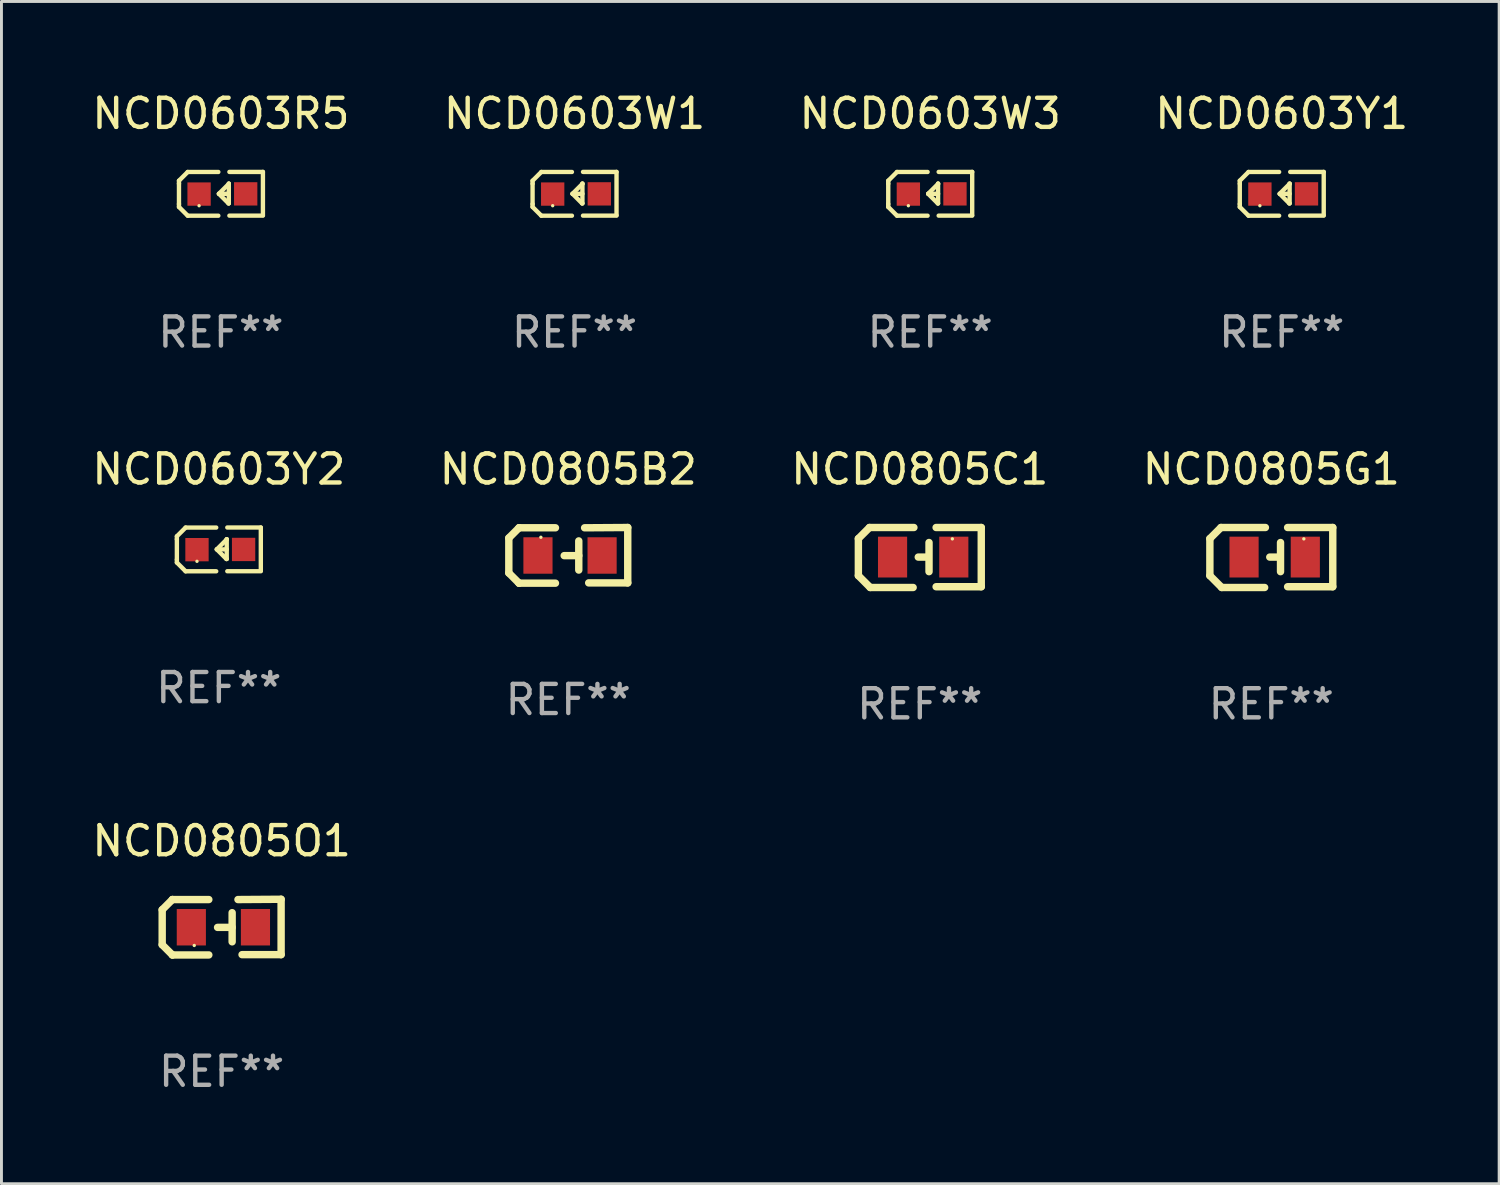
<source format=kicad_pcb>
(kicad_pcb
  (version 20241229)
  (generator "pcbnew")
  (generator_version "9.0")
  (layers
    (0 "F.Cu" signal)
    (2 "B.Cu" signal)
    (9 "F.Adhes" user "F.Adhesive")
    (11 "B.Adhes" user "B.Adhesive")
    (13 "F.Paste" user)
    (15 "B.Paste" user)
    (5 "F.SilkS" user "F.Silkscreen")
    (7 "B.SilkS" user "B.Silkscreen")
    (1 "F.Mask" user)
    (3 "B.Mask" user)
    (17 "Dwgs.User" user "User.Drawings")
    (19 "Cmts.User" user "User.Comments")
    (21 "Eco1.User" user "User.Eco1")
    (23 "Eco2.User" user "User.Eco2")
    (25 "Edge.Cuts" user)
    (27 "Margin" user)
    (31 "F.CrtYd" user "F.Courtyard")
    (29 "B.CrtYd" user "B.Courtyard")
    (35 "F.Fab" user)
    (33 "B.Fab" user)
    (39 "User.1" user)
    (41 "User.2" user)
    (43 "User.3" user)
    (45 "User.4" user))
  (footprint "NCD0603Y2"
    (layer "F.Cu")
    (at 4.458 15.798)
    (property "Reference" "NCD0603Y2" (at 0 -2.751 0) (layer "F.SilkS") (effects (font (size 1 1) (thickness 0.15))))
    (attr through_hole)
    (fp_line (start -1.44 -0.449) (end -1.14 -0.749) (stroke (width 0.15) (type solid)) (layer "F.SilkS"))
    (fp_line (start -1.44 -0.349) (end -1.44 -0.449) (stroke (width 0.15) (type solid)) (layer "F.SilkS"))
    (fp_line (start -1.44 -0.349) (end -1.44 0.351) (stroke (width 0.15) (type solid)) (layer "F.SilkS"))
    (fp_line (start -1.44 0.351) (end -1.44 0.451) (stroke (width 0.15) (type solid)) (layer "F.SilkS"))
    (fp_line (start -1.44 0.451) (end -1.14 0.751) (stroke (width 0.15) (type solid)) (layer "F.SilkS"))
    (fp_line (start -0.09 -0.749) (end -1.14 -0.749) (stroke (width 0.15) (type solid)) (layer "F.SilkS"))
    (fp_line (start -0.09 0.751) (end -1.14 0.751) (stroke (width 0.15) (type solid)) (layer "F.SilkS"))
    (fp_line (start 0.26 0.329) (end -0.07 -0.001) (stroke (width 0.15) (type solid)) (layer "F.SilkS"))
    (fp_line (start 0.27 -0.351) (end 0.27 -0.341) (stroke (width 0.15) (type solid)) (layer "F.SilkS"))
    (fp_line (start 0.27 -0.351) (end 0.27 0.329) (stroke (width 0.15) (type solid)) (layer "F.SilkS"))
    (fp_line (start 0.27 -0.341) (end -0.07 -0.001) (stroke (width 0.15) (type solid)) (layer "F.SilkS"))
    (fp_line (start 0.27 -0.001) (end -0.07 -0.001) (stroke (width 0.15) (type solid)) (layer "F.SilkS"))
    (fp_line (start 0.27 0.329) (end 0.26 0.329) (stroke (width 0.15) (type solid)) (layer "F.SilkS"))
    (fp_line (start 0.29 -0.751) (end 1.44 -0.751) (stroke (width 0.15) (type solid)) (layer "F.SilkS"))
    (fp_line (start 0.29 0.749) (end 1.44 0.749) (stroke (width 0.15) (type solid)) (layer "F.SilkS"))
    (fp_line (start 1.44 -0.751) (end 1.44 0.729) (stroke (width 0.15) (type solid)) (layer "F.SilkS"))
    (fp_circle (center -0.75 0.409) (end -0.72 0.409) (stroke (width 0.06) (type solid)) (fill no) (layer "F.SilkS"))
    (fp_text user "REF**" (at 0 4.751 0) (layer "F.Fab") (effects (font (size 1 1) (thickness 0.15))))
    (pad "1" smd rect (at -0.75 0.009 90) (size 0.8 0.8) (layers "F.Cu" "F.Mask" "F.Paste"))
    (pad "2" smd rect (at 0.849 0.002 90) (size 0.8 0.8) (layers "F.Cu" "F.Mask" "F.Paste")))
  (footprint "NCD0603W1"
    (layer "F.Cu")
    (at 16.661 3.599)
    (property "Reference" "NCD0603W1" (at 0 -2.751 0) (layer "F.SilkS") (effects (font (size 1 1) (thickness 0.15))))
    (attr through_hole)
    (fp_line (start -1.44 -0.449) (end -1.14 -0.749) (stroke (width 0.15) (type solid)) (layer "F.SilkS"))
    (fp_line (start -1.44 -0.349) (end -1.44 -0.449) (stroke (width 0.15) (type solid)) (layer "F.SilkS"))
    (fp_line (start -1.44 -0.349) (end -1.44 0.351) (stroke (width 0.15) (type solid)) (layer "F.SilkS"))
    (fp_line (start -1.44 0.351) (end -1.44 0.451) (stroke (width 0.15) (type solid)) (layer "F.SilkS"))
    (fp_line (start -1.44 0.451) (end -1.14 0.751) (stroke (width 0.15) (type solid)) (layer "F.SilkS"))
    (fp_line (start -0.09 -0.749) (end -1.14 -0.749) (stroke (width 0.15) (type solid)) (layer "F.SilkS"))
    (fp_line (start -0.09 0.751) (end -1.14 0.751) (stroke (width 0.15) (type solid)) (layer "F.SilkS"))
    (fp_line (start 0.26 0.329) (end -0.07 -0.001) (stroke (width 0.15) (type solid)) (layer "F.SilkS"))
    (fp_line (start 0.27 -0.351) (end 0.27 -0.341) (stroke (width 0.15) (type solid)) (layer "F.SilkS"))
    (fp_line (start 0.27 -0.351) (end 0.27 0.329) (stroke (width 0.15) (type solid)) (layer "F.SilkS"))
    (fp_line (start 0.27 -0.341) (end -0.07 -0.001) (stroke (width 0.15) (type solid)) (layer "F.SilkS"))
    (fp_line (start 0.27 -0.001) (end -0.07 -0.001) (stroke (width 0.15) (type solid)) (layer "F.SilkS"))
    (fp_line (start 0.27 0.329) (end 0.26 0.329) (stroke (width 0.15) (type solid)) (layer "F.SilkS"))
    (fp_line (start 0.29 -0.751) (end 1.44 -0.751) (stroke (width 0.15) (type solid)) (layer "F.SilkS"))
    (fp_line (start 0.29 0.749) (end 1.44 0.749) (stroke (width 0.15) (type solid)) (layer "F.SilkS"))
    (fp_line (start 1.44 -0.751) (end 1.44 0.729) (stroke (width 0.15) (type solid)) (layer "F.SilkS"))
    (fp_circle (center -0.75 0.409) (end -0.72 0.409) (stroke (width 0.06) (type solid)) (fill no) (layer "F.SilkS"))
    (fp_text user "REF**" (at 0 4.751 0) (layer "F.Fab") (effects (font (size 1 1) (thickness 0.15))))
    (pad "1" smd rect (at -0.75 0.009 90) (size 0.8 0.8) (layers "F.Cu" "F.Mask" "F.Paste"))
    (pad "2" smd rect (at 0.849 0.002 90) (size 0.8 0.8) (layers "F.Cu" "F.Mask" "F.Paste")))
  (footprint "NCD0805B2"
    (layer "F.Cu")
    (at 16.446 16.002)
    (property "Reference" "NCD0805B2" (at 0 -2.955 0) (layer "F.SilkS") (effects (font (size 1 1) (thickness 0.15))))
    (attr through_hole)
    (fp_line (start -2.04 -0.595) (end -2.04 0.605) (stroke (width 0.254) (type solid)) (layer "F.SilkS"))
    (fp_line (start -1.69 -0.945) (end -1.69 -0.945) (stroke (width 0.254) (type solid)) (layer "F.SilkS"))
    (fp_line (start -1.69 -0.945) (end -2.04 -0.595) (stroke (width 0.254) (type solid)) (layer "F.SilkS"))
    (fp_line (start -1.69 0.955) (end -2.04 0.605) (stroke (width 0.254) (type solid)) (layer "F.SilkS"))
    (fp_line (start -1.69 0.955) (end -1.69 0.955) (stroke (width 0.254) (type solid)) (layer "F.SilkS"))
    (fp_line (start -0.44 -0.945) (end -1.69 -0.945) (stroke (width 0.254) (type solid)) (layer "F.SilkS"))
    (fp_line (start -0.44 0.955) (end -1.69 0.955) (stroke (width 0.254) (type solid)) (layer "F.SilkS"))
    (fp_line (start 0.36 -0.495) (end 0.36 0.505) (stroke (width 0.254) (type solid)) (layer "F.SilkS"))
    (fp_line (start 0.36 0.01) (end -0.14 0.01) (stroke (width 0.254) (type solid)) (layer "F.SilkS"))
    (fp_line (start 0.56 -0.945) (end 2.04 -0.955) (stroke (width 0.254) (type solid)) (layer "F.SilkS"))
    (fp_line (start 0.7 0.945) (end 2.04 0.945) (stroke (width 0.254) (type solid)) (layer "F.SilkS"))
    (fp_line (start 2.04 -0.955) (end 2.04 0.945) (stroke (width 0.254) (type solid)) (layer "F.SilkS"))
    (fp_circle (center -0.94 -0.62) (end -0.91 -0.62) (stroke (width 0.06) (type solid)) (fill no) (layer "F.SilkS"))
    (fp_text user "REF**" (at 0 4.955 0) (layer "F.Fab") (effects (font (size 1 1) (thickness 0.15))))
    (pad "1" smd rect (at -1.04 0.005 180) (size 1 1.25) (layers "F.Cu" "F.Mask" "F.Paste"))
    (pad "2" smd rect (at 1.16 0.005 180) (size 1 1.25) (layers "F.Cu" "F.Mask" "F.Paste")))
  (footprint "NCD0603W3"
    (layer "F.Cu")
    (at 28.863 3.599)
    (property "Reference" "NCD0603W3" (at 0 -2.751 0) (layer "F.SilkS") (effects (font (size 1 1) (thickness 0.15))))
    (attr through_hole)
    (fp_line (start -1.44 -0.449) (end -1.14 -0.749) (stroke (width 0.15) (type solid)) (layer "F.SilkS"))
    (fp_line (start -1.44 -0.349) (end -1.44 -0.449) (stroke (width 0.15) (type solid)) (layer "F.SilkS"))
    (fp_line (start -1.44 -0.349) (end -1.44 0.351) (stroke (width 0.15) (type solid)) (layer "F.SilkS"))
    (fp_line (start -1.44 0.351) (end -1.44 0.451) (stroke (width 0.15) (type solid)) (layer "F.SilkS"))
    (fp_line (start -1.44 0.451) (end -1.14 0.751) (stroke (width 0.15) (type solid)) (layer "F.SilkS"))
    (fp_line (start -0.09 -0.749) (end -1.14 -0.749) (stroke (width 0.15) (type solid)) (layer "F.SilkS"))
    (fp_line (start -0.09 0.751) (end -1.14 0.751) (stroke (width 0.15) (type solid)) (layer "F.SilkS"))
    (fp_line (start 0.26 0.329) (end -0.07 -0.001) (stroke (width 0.15) (type solid)) (layer "F.SilkS"))
    (fp_line (start 0.27 -0.351) (end 0.27 -0.341) (stroke (width 0.15) (type solid)) (layer "F.SilkS"))
    (fp_line (start 0.27 -0.351) (end 0.27 0.329) (stroke (width 0.15) (type solid)) (layer "F.SilkS"))
    (fp_line (start 0.27 -0.341) (end -0.07 -0.001) (stroke (width 0.15) (type solid)) (layer "F.SilkS"))
    (fp_line (start 0.27 -0.001) (end -0.07 -0.001) (stroke (width 0.15) (type solid)) (layer "F.SilkS"))
    (fp_line (start 0.27 0.329) (end 0.26 0.329) (stroke (width 0.15) (type solid)) (layer "F.SilkS"))
    (fp_line (start 0.29 -0.751) (end 1.44 -0.751) (stroke (width 0.15) (type solid)) (layer "F.SilkS"))
    (fp_line (start 0.29 0.749) (end 1.44 0.749) (stroke (width 0.15) (type solid)) (layer "F.SilkS"))
    (fp_line (start 1.44 -0.751) (end 1.44 0.729) (stroke (width 0.15) (type solid)) (layer "F.SilkS"))
    (fp_circle (center -0.75 0.409) (end -0.72 0.409) (stroke (width 0.06) (type solid)) (fill no) (layer "F.SilkS"))
    (fp_text user "REF**" (at 0 4.751 0) (layer "F.Fab") (effects (font (size 1 1) (thickness 0.15))))
    (pad "1" smd rect (at -0.75 0.009 90) (size 0.8 0.8) (layers "F.Cu" "F.Mask" "F.Paste"))
    (pad "2" smd rect (at 0.849 0.002 90) (size 0.8 0.8) (layers "F.Cu" "F.Mask" "F.Paste")))
  (footprint "NCD0805O1"
    (layer "F.Cu")
    (at 4.554 28.756)
    (property "Reference" "NCD0805O1" (at 0 -2.955 0) (layer "F.SilkS") (effects (font (size 1 1) (thickness 0.15))))
    (attr through_hole)
    (fp_line (start -2.04 -0.595) (end -2.04 0.605) (stroke (width 0.254) (type solid)) (layer "F.SilkS"))
    (fp_line (start -1.69 -0.945) (end -1.69 -0.945) (stroke (width 0.254) (type solid)) (layer "F.SilkS"))
    (fp_line (start -1.69 -0.945) (end -2.04 -0.595) (stroke (width 0.254) (type solid)) (layer "F.SilkS"))
    (fp_line (start -1.69 0.955) (end -2.04 0.605) (stroke (width 0.254) (type solid)) (layer "F.SilkS"))
    (fp_line (start -1.69 0.955) (end -1.69 0.955) (stroke (width 0.254) (type solid)) (layer "F.SilkS"))
    (fp_line (start -0.44 -0.945) (end -1.69 -0.945) (stroke (width 0.254) (type solid)) (layer "F.SilkS"))
    (fp_line (start -0.44 0.955) (end -1.69 0.955) (stroke (width 0.254) (type solid)) (layer "F.SilkS"))
    (fp_line (start 0.36 -0.495) (end 0.36 0.505) (stroke (width 0.254) (type solid)) (layer "F.SilkS"))
    (fp_line (start 0.36 0.01) (end -0.14 0.01) (stroke (width 0.254) (type solid)) (layer "F.SilkS"))
    (fp_line (start 0.56 -0.945) (end 2.04 -0.955) (stroke (width 0.254) (type solid)) (layer "F.SilkS"))
    (fp_line (start 0.7 0.945) (end 2.04 0.945) (stroke (width 0.254) (type solid)) (layer "F.SilkS"))
    (fp_line (start 2.04 -0.955) (end 2.04 0.945) (stroke (width 0.254) (type solid)) (layer "F.SilkS"))
    (fp_circle (center -0.94 0.63) (end -0.91 0.63) (stroke (width 0.06) (type solid)) (fill no) (layer "F.SilkS"))
    (fp_text user "REF**" (at 0 4.955 0) (layer "F.Fab") (effects (font (size 1 1) (thickness 0.15))))
    (pad "1" smd rect (at -1.04 0.005 180) (size 1 1.25) (layers "F.Cu" "F.Mask" "F.Paste"))
    (pad "2" smd rect (at 1.16 0.005 180) (size 1 1.25) (layers "F.Cu" "F.Mask" "F.Paste")))
  (footprint "NCD0603Y1"
    (layer "F.Cu")
    (at 40.923 3.599)
    (property "Reference" "NCD0603Y1" (at 0 -2.751 0) (layer "F.SilkS") (effects (font (size 1 1) (thickness 0.15))))
    (attr through_hole)
    (fp_line (start -1.44 -0.449) (end -1.14 -0.749) (stroke (width 0.15) (type solid)) (layer "F.SilkS"))
    (fp_line (start -1.44 -0.349) (end -1.44 -0.449) (stroke (width 0.15) (type solid)) (layer "F.SilkS"))
    (fp_line (start -1.44 -0.349) (end -1.44 0.351) (stroke (width 0.15) (type solid)) (layer "F.SilkS"))
    (fp_line (start -1.44 0.351) (end -1.44 0.451) (stroke (width 0.15) (type solid)) (layer "F.SilkS"))
    (fp_line (start -1.44 0.451) (end -1.14 0.751) (stroke (width 0.15) (type solid)) (layer "F.SilkS"))
    (fp_line (start -0.09 -0.749) (end -1.14 -0.749) (stroke (width 0.15) (type solid)) (layer "F.SilkS"))
    (fp_line (start -0.09 0.751) (end -1.14 0.751) (stroke (width 0.15) (type solid)) (layer "F.SilkS"))
    (fp_line (start 0.26 0.329) (end -0.07 -0.001) (stroke (width 0.15) (type solid)) (layer "F.SilkS"))
    (fp_line (start 0.27 -0.351) (end 0.27 -0.341) (stroke (width 0.15) (type solid)) (layer "F.SilkS"))
    (fp_line (start 0.27 -0.351) (end 0.27 0.329) (stroke (width 0.15) (type solid)) (layer "F.SilkS"))
    (fp_line (start 0.27 -0.341) (end -0.07 -0.001) (stroke (width 0.15) (type solid)) (layer "F.SilkS"))
    (fp_line (start 0.27 -0.001) (end -0.07 -0.001) (stroke (width 0.15) (type solid)) (layer "F.SilkS"))
    (fp_line (start 0.27 0.329) (end 0.26 0.329) (stroke (width 0.15) (type solid)) (layer "F.SilkS"))
    (fp_line (start 0.29 -0.751) (end 1.44 -0.751) (stroke (width 0.15) (type solid)) (layer "F.SilkS"))
    (fp_line (start 0.29 0.749) (end 1.44 0.749) (stroke (width 0.15) (type solid)) (layer "F.SilkS"))
    (fp_line (start 1.44 -0.751) (end 1.44 0.729) (stroke (width 0.15) (type solid)) (layer "F.SilkS"))
    (fp_circle (center -0.75 0.409) (end -0.72 0.409) (stroke (width 0.06) (type solid)) (fill no) (layer "F.SilkS"))
    (fp_text user "REF**" (at 0 4.751 0) (layer "F.Fab") (effects (font (size 1 1) (thickness 0.15))))
    (pad "1" smd rect (at -0.75 0.009 90) (size 0.8 0.8) (layers "F.Cu" "F.Mask" "F.Paste"))
    (pad "2" smd rect (at 0.849 0.002 90) (size 0.8 0.8) (layers "F.Cu" "F.Mask" "F.Paste")))
  (footprint "NCD0805G1"
    (layer "F.Cu")
    (at 40.565 16.076)
    (property "Reference" "NCD0805G1" (at 0 -3.029 0) (layer "F.SilkS") (effects (font (size 1 1) (thickness 0.15))))
    (attr through_hole)
    (fp_line (start -2.108 -0.648) (end -1.727 -1.029) (stroke (width 0.254) (type solid)) (layer "F.SilkS"))
    (fp_line (start -2.108 0.622) (end -2.108 -0.648) (stroke (width 0.254) (type solid)) (layer "F.SilkS"))
    (fp_line (start -1.727 -1.029) (end -0.203 -1.029) (stroke (width 0.254) (type solid)) (layer "F.SilkS"))
    (fp_line (start -1.702 1.029) (end -2.108 0.622) (stroke (width 0.254) (type solid)) (layer "F.SilkS"))
    (fp_line (start -0.229 1.029) (end -1.702 1.029) (stroke (width 0.254) (type solid)) (layer "F.SilkS"))
    (fp_line (start 0.216 -0.014) (end -0.053 -0.014) (stroke (width 0.254) (type solid)) (layer "F.SilkS"))
    (fp_line (start 0.316 -0.514) (end 0.316 0.486) (stroke (width 0.254) (type solid)) (layer "F.SilkS"))
    (fp_line (start 0.559 1.003) (end 2.108 1.003) (stroke (width 0.254) (type solid)) (layer "F.SilkS"))
    (fp_line (start 2.108 -1.029) (end 0.559 -1.029) (stroke (width 0.254) (type solid)) (layer "F.SilkS"))
    (fp_line (start 2.108 1.003) (end 2.108 -1.029) (stroke (width 0.254) (type solid)) (layer "F.SilkS"))
    (fp_circle (center 1.116 -0.639) (end 1.146 -0.639) (stroke (width 0.06) (type solid)) (fill no) (layer "F.SilkS"))
    (fp_text user "REF**" (at 0 5.029 0) (layer "F.Fab") (effects (font (size 1 1) (thickness 0.15))))
    (pad "1" smd rect (at 1.166 -0.014 180) (size 1 1.4) (layers "F.Cu" "F.Mask" "F.Paste"))
    (pad "2" smd rect (at -0.935 -0.014 180) (size 1 1.4) (layers "F.Cu" "F.Mask" "F.Paste")))
  (footprint "NCD0603R5"
    (layer "F.Cu")
    (at 4.53 3.599)
    (property "Reference" "NCD0603R5" (at 0 -2.751 0) (layer "F.SilkS") (effects (font (size 1 1) (thickness 0.15))))
    (attr through_hole)
    (fp_line (start -1.44 -0.449) (end -1.14 -0.749) (stroke (width 0.15) (type solid)) (layer "F.SilkS"))
    (fp_line (start -1.44 -0.349) (end -1.44 -0.449) (stroke (width 0.15) (type solid)) (layer "F.SilkS"))
    (fp_line (start -1.44 -0.349) (end -1.44 0.351) (stroke (width 0.15) (type solid)) (layer "F.SilkS"))
    (fp_line (start -1.44 0.351) (end -1.44 0.451) (stroke (width 0.15) (type solid)) (layer "F.SilkS"))
    (fp_line (start -1.44 0.451) (end -1.14 0.751) (stroke (width 0.15) (type solid)) (layer "F.SilkS"))
    (fp_line (start -0.09 -0.749) (end -1.14 -0.749) (stroke (width 0.15) (type solid)) (layer "F.SilkS"))
    (fp_line (start -0.09 0.751) (end -1.14 0.751) (stroke (width 0.15) (type solid)) (layer "F.SilkS"))
    (fp_line (start 0.26 0.329) (end -0.07 -0.001) (stroke (width 0.15) (type solid)) (layer "F.SilkS"))
    (fp_line (start 0.27 -0.351) (end 0.27 -0.341) (stroke (width 0.15) (type solid)) (layer "F.SilkS"))
    (fp_line (start 0.27 -0.351) (end 0.27 0.329) (stroke (width 0.15) (type solid)) (layer "F.SilkS"))
    (fp_line (start 0.27 -0.341) (end -0.07 -0.001) (stroke (width 0.15) (type solid)) (layer "F.SilkS"))
    (fp_line (start 0.27 -0.001) (end -0.07 -0.001) (stroke (width 0.15) (type solid)) (layer "F.SilkS"))
    (fp_line (start 0.27 0.329) (end 0.26 0.329) (stroke (width 0.15) (type solid)) (layer "F.SilkS"))
    (fp_line (start 0.29 -0.751) (end 1.44 -0.751) (stroke (width 0.15) (type solid)) (layer "F.SilkS"))
    (fp_line (start 0.29 0.749) (end 1.44 0.749) (stroke (width 0.15) (type solid)) (layer "F.SilkS"))
    (fp_line (start 1.44 -0.751) (end 1.44 0.729) (stroke (width 0.15) (type solid)) (layer "F.SilkS"))
    (fp_circle (center -0.75 0.409) (end -0.72 0.409) (stroke (width 0.06) (type solid)) (fill no) (layer "F.SilkS"))
    (fp_text user "REF**" (at 0 4.751 0) (layer "F.Fab") (effects (font (size 1 1) (thickness 0.15))))
    (pad "1" smd rect (at -0.75 0.009 90) (size 0.8 0.8) (layers "F.Cu" "F.Mask" "F.Paste"))
    (pad "2" smd rect (at 0.849 0.002 90) (size 0.8 0.8) (layers "F.Cu" "F.Mask" "F.Paste")))
  (footprint "NCD0805C1"
    (layer "F.Cu")
    (at 28.506 16.076)
    (property "Reference" "NCD0805C1" (at 0 -3.029 0) (layer "F.SilkS") (effects (font (size 1 1) (thickness 0.15))))
    (attr through_hole)
    (fp_line (start -2.108 -0.648) (end -1.727 -1.029) (stroke (width 0.254) (type solid)) (layer "F.SilkS"))
    (fp_line (start -2.108 0.622) (end -2.108 -0.648) (stroke (width 0.254) (type solid)) (layer "F.SilkS"))
    (fp_line (start -1.727 -1.029) (end -0.203 -1.029) (stroke (width 0.254) (type solid)) (layer "F.SilkS"))
    (fp_line (start -1.702 1.029) (end -2.108 0.622) (stroke (width 0.254) (type solid)) (layer "F.SilkS"))
    (fp_line (start -0.229 1.029) (end -1.702 1.029) (stroke (width 0.254) (type solid)) (layer "F.SilkS"))
    (fp_line (start 0.216 -0.014) (end -0.053 -0.014) (stroke (width 0.254) (type solid)) (layer "F.SilkS"))
    (fp_line (start 0.316 -0.514) (end 0.316 0.486) (stroke (width 0.254) (type solid)) (layer "F.SilkS"))
    (fp_line (start 0.559 1.003) (end 2.108 1.003) (stroke (width 0.254) (type solid)) (layer "F.SilkS"))
    (fp_line (start 2.108 -1.029) (end 0.559 -1.029) (stroke (width 0.254) (type solid)) (layer "F.SilkS"))
    (fp_line (start 2.108 1.003) (end 2.108 -1.029) (stroke (width 0.254) (type solid)) (layer "F.SilkS"))
    (fp_circle (center 1.116 -0.639) (end 1.146 -0.639) (stroke (width 0.06) (type solid)) (fill no) (layer "F.SilkS"))
    (fp_text user "REF**" (at 0 5.029 0) (layer "F.Fab") (effects (font (size 1 1) (thickness 0.15))))
    (pad "1" smd rect (at 1.166 -0.014 180) (size 1 1.4) (layers "F.Cu" "F.Mask" "F.Paste"))
    (pad "2" smd rect (at -0.935 -0.014 180) (size 1 1.4) (layers "F.Cu" "F.Mask" "F.Paste")))
  (gr_rect
    (start -3 -3)
    (end 48.381 37.559)
    (stroke (width 0.1) (type default))
    (fill no)
    (layer "Edge.Cuts")))
</source>
